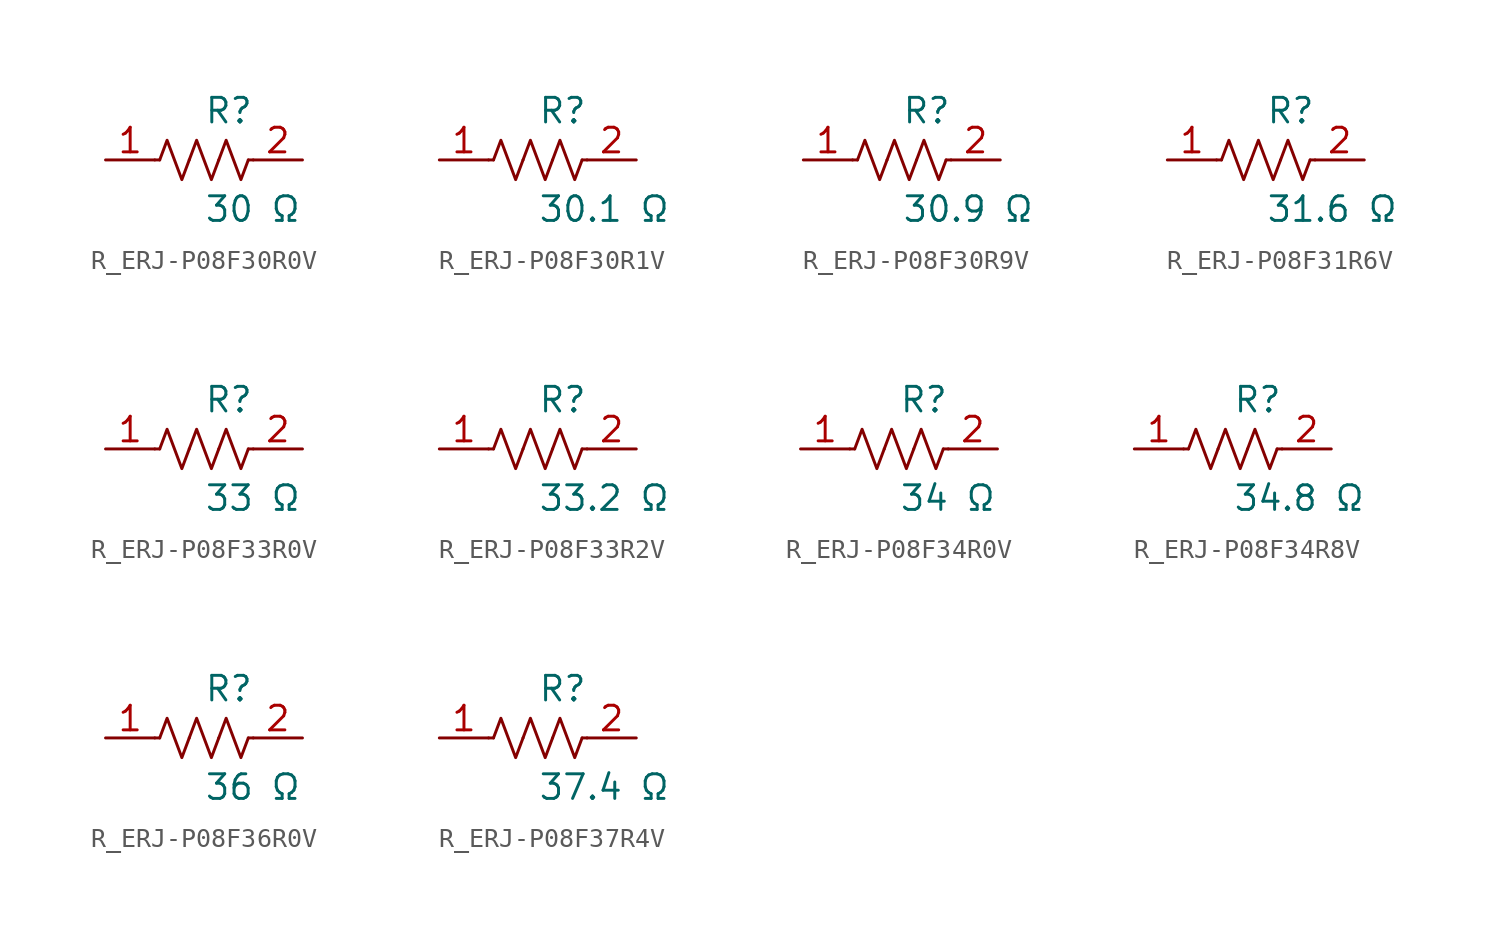
<source format=kicad_sym>
(kicad_symbol_lib
  (version 20231120)
  (generator kicad_symbol_editor)
  (generator_version 8.0)
  (symbol "R_ERJ-P08F30R0V"
    (pin_names
      (offset 0.254))
    (property "Reference" "R"
      (at 0.0 2.54 0)
      (effects (font (size 1.27 1.27)) (justify left)))
    (property "Value" "30 Ω"
      (at 0.0 -2.54 0)
      (effects (font (size 1.27 1.27)) (justify left)))
    (symbol "R_ERJ-P08F30R0V_0_1"
      (polyline (pts (xy 2.286 0) (xy 2.54 0)) (stroke (width 0) (type default)) (fill (type none)))
      (polyline (pts (xy -2.286 0) (xy -2.54 0)) (stroke (width 0) (type default)) (fill (type none)))
      (polyline (pts (xy 0.762 0) (xy 1.143 1.016) (xy 1.524 0) (xy 1.905 -1.016) (xy 2.286 0)) (stroke (width 0) (type default)) (fill (type none)))
      (polyline (pts (xy -0.762 0) (xy -0.381 1.016) (xy 0 0) (xy 0.381 -1.016) (xy 0.762 0)) (stroke (width 0) (type default)) (fill (type none)))
      (polyline (pts (xy -2.286 0) (xy -1.905 1.016) (xy -1.524 0) (xy -1.143 -1.016) (xy -0.762 0)) (stroke (width 0) (type default)) (fill (type none))))
    (pin unspecified line
      (at -5.08 0 0)
      (length 2.54)
      (name "" (effects (font (size 1.27 1.27))))
      (number "1" (effects (font (size 1.27 1.27)))))
    (pin unspecified line
      (at 5.08 0 180)
      (length 2.54)
      (name "" (effects (font (size 1.27 1.27))))
      (number "2" (effects (font (size 1.27 1.27))))))
  (symbol "R_ERJ-P08F30R1V"
    (pin_names
      (offset 0.254))
    (property "Reference" "R"
      (at 0.0 2.54 0)
      (effects (font (size 1.27 1.27)) (justify left)))
    (property "Value" "30.1 Ω"
      (at 0.0 -2.54 0)
      (effects (font (size 1.27 1.27)) (justify left)))
    (symbol "R_ERJ-P08F30R1V_0_1"
      (polyline (pts (xy 2.286 0) (xy 2.54 0)) (stroke (width 0) (type default)) (fill (type none)))
      (polyline (pts (xy -2.286 0) (xy -2.54 0)) (stroke (width 0) (type default)) (fill (type none)))
      (polyline (pts (xy 0.762 0) (xy 1.143 1.016) (xy 1.524 0) (xy 1.905 -1.016) (xy 2.286 0)) (stroke (width 0) (type default)) (fill (type none)))
      (polyline (pts (xy -0.762 0) (xy -0.381 1.016) (xy 0 0) (xy 0.381 -1.016) (xy 0.762 0)) (stroke (width 0) (type default)) (fill (type none)))
      (polyline (pts (xy -2.286 0) (xy -1.905 1.016) (xy -1.524 0) (xy -1.143 -1.016) (xy -0.762 0)) (stroke (width 0) (type default)) (fill (type none))))
    (pin unspecified line
      (at -5.08 0 0)
      (length 2.54)
      (name "" (effects (font (size 1.27 1.27))))
      (number "1" (effects (font (size 1.27 1.27)))))
    (pin unspecified line
      (at 5.08 0 180)
      (length 2.54)
      (name "" (effects (font (size 1.27 1.27))))
      (number "2" (effects (font (size 1.27 1.27))))))
  (symbol "R_ERJ-P08F30R9V"
    (pin_names
      (offset 0.254))
    (property "Reference" "R"
      (at 0.0 2.54 0)
      (effects (font (size 1.27 1.27)) (justify left)))
    (property "Value" "30.9 Ω"
      (at 0.0 -2.54 0)
      (effects (font (size 1.27 1.27)) (justify left)))
    (symbol "R_ERJ-P08F30R9V_0_1"
      (polyline (pts (xy 2.286 0) (xy 2.54 0)) (stroke (width 0) (type default)) (fill (type none)))
      (polyline (pts (xy -2.286 0) (xy -2.54 0)) (stroke (width 0) (type default)) (fill (type none)))
      (polyline (pts (xy 0.762 0) (xy 1.143 1.016) (xy 1.524 0) (xy 1.905 -1.016) (xy 2.286 0)) (stroke (width 0) (type default)) (fill (type none)))
      (polyline (pts (xy -0.762 0) (xy -0.381 1.016) (xy 0 0) (xy 0.381 -1.016) (xy 0.762 0)) (stroke (width 0) (type default)) (fill (type none)))
      (polyline (pts (xy -2.286 0) (xy -1.905 1.016) (xy -1.524 0) (xy -1.143 -1.016) (xy -0.762 0)) (stroke (width 0) (type default)) (fill (type none))))
    (pin unspecified line
      (at -5.08 0 0)
      (length 2.54)
      (name "" (effects (font (size 1.27 1.27))))
      (number "1" (effects (font (size 1.27 1.27)))))
    (pin unspecified line
      (at 5.08 0 180)
      (length 2.54)
      (name "" (effects (font (size 1.27 1.27))))
      (number "2" (effects (font (size 1.27 1.27))))))
  (symbol "R_ERJ-P08F31R6V"
    (pin_names
      (offset 0.254))
    (property "Reference" "R"
      (at 0.0 2.54 0)
      (effects (font (size 1.27 1.27)) (justify left)))
    (property "Value" "31.6 Ω"
      (at 0.0 -2.54 0)
      (effects (font (size 1.27 1.27)) (justify left)))
    (symbol "R_ERJ-P08F31R6V_0_1"
      (polyline (pts (xy 2.286 0) (xy 2.54 0)) (stroke (width 0) (type default)) (fill (type none)))
      (polyline (pts (xy -2.286 0) (xy -2.54 0)) (stroke (width 0) (type default)) (fill (type none)))
      (polyline (pts (xy 0.762 0) (xy 1.143 1.016) (xy 1.524 0) (xy 1.905 -1.016) (xy 2.286 0)) (stroke (width 0) (type default)) (fill (type none)))
      (polyline (pts (xy -0.762 0) (xy -0.381 1.016) (xy 0 0) (xy 0.381 -1.016) (xy 0.762 0)) (stroke (width 0) (type default)) (fill (type none)))
      (polyline (pts (xy -2.286 0) (xy -1.905 1.016) (xy -1.524 0) (xy -1.143 -1.016) (xy -0.762 0)) (stroke (width 0) (type default)) (fill (type none))))
    (pin unspecified line
      (at -5.08 0 0)
      (length 2.54)
      (name "" (effects (font (size 1.27 1.27))))
      (number "1" (effects (font (size 1.27 1.27)))))
    (pin unspecified line
      (at 5.08 0 180)
      (length 2.54)
      (name "" (effects (font (size 1.27 1.27))))
      (number "2" (effects (font (size 1.27 1.27))))))
  (symbol "R_ERJ-P08F33R0V"
    (pin_names
      (offset 0.254))
    (property "Reference" "R"
      (at 0.0 2.54 0)
      (effects (font (size 1.27 1.27)) (justify left)))
    (property "Value" "33 Ω"
      (at 0.0 -2.54 0)
      (effects (font (size 1.27 1.27)) (justify left)))
    (symbol "R_ERJ-P08F33R0V_0_1"
      (polyline (pts (xy 2.286 0) (xy 2.54 0)) (stroke (width 0) (type default)) (fill (type none)))
      (polyline (pts (xy -2.286 0) (xy -2.54 0)) (stroke (width 0) (type default)) (fill (type none)))
      (polyline (pts (xy 0.762 0) (xy 1.143 1.016) (xy 1.524 0) (xy 1.905 -1.016) (xy 2.286 0)) (stroke (width 0) (type default)) (fill (type none)))
      (polyline (pts (xy -0.762 0) (xy -0.381 1.016) (xy 0 0) (xy 0.381 -1.016) (xy 0.762 0)) (stroke (width 0) (type default)) (fill (type none)))
      (polyline (pts (xy -2.286 0) (xy -1.905 1.016) (xy -1.524 0) (xy -1.143 -1.016) (xy -0.762 0)) (stroke (width 0) (type default)) (fill (type none))))
    (pin unspecified line
      (at -5.08 0 0)
      (length 2.54)
      (name "" (effects (font (size 1.27 1.27))))
      (number "1" (effects (font (size 1.27 1.27)))))
    (pin unspecified line
      (at 5.08 0 180)
      (length 2.54)
      (name "" (effects (font (size 1.27 1.27))))
      (number "2" (effects (font (size 1.27 1.27))))))
  (symbol "R_ERJ-P08F33R2V"
    (pin_names
      (offset 0.254))
    (property "Reference" "R"
      (at 0.0 2.54 0)
      (effects (font (size 1.27 1.27)) (justify left)))
    (property "Value" "33.2 Ω"
      (at 0.0 -2.54 0)
      (effects (font (size 1.27 1.27)) (justify left)))
    (symbol "R_ERJ-P08F33R2V_0_1"
      (polyline (pts (xy 2.286 0) (xy 2.54 0)) (stroke (width 0) (type default)) (fill (type none)))
      (polyline (pts (xy -2.286 0) (xy -2.54 0)) (stroke (width 0) (type default)) (fill (type none)))
      (polyline (pts (xy 0.762 0) (xy 1.143 1.016) (xy 1.524 0) (xy 1.905 -1.016) (xy 2.286 0)) (stroke (width 0) (type default)) (fill (type none)))
      (polyline (pts (xy -0.762 0) (xy -0.381 1.016) (xy 0 0) (xy 0.381 -1.016) (xy 0.762 0)) (stroke (width 0) (type default)) (fill (type none)))
      (polyline (pts (xy -2.286 0) (xy -1.905 1.016) (xy -1.524 0) (xy -1.143 -1.016) (xy -0.762 0)) (stroke (width 0) (type default)) (fill (type none))))
    (pin unspecified line
      (at -5.08 0 0)
      (length 2.54)
      (name "" (effects (font (size 1.27 1.27))))
      (number "1" (effects (font (size 1.27 1.27)))))
    (pin unspecified line
      (at 5.08 0 180)
      (length 2.54)
      (name "" (effects (font (size 1.27 1.27))))
      (number "2" (effects (font (size 1.27 1.27))))))
  (symbol "R_ERJ-P08F34R0V"
    (pin_names
      (offset 0.254))
    (property "Reference" "R"
      (at 0.0 2.54 0)
      (effects (font (size 1.27 1.27)) (justify left)))
    (property "Value" "34 Ω"
      (at 0.0 -2.54 0)
      (effects (font (size 1.27 1.27)) (justify left)))
    (symbol "R_ERJ-P08F34R0V_0_1"
      (polyline (pts (xy 2.286 0) (xy 2.54 0)) (stroke (width 0) (type default)) (fill (type none)))
      (polyline (pts (xy -2.286 0) (xy -2.54 0)) (stroke (width 0) (type default)) (fill (type none)))
      (polyline (pts (xy 0.762 0) (xy 1.143 1.016) (xy 1.524 0) (xy 1.905 -1.016) (xy 2.286 0)) (stroke (width 0) (type default)) (fill (type none)))
      (polyline (pts (xy -0.762 0) (xy -0.381 1.016) (xy 0 0) (xy 0.381 -1.016) (xy 0.762 0)) (stroke (width 0) (type default)) (fill (type none)))
      (polyline (pts (xy -2.286 0) (xy -1.905 1.016) (xy -1.524 0) (xy -1.143 -1.016) (xy -0.762 0)) (stroke (width 0) (type default)) (fill (type none))))
    (pin unspecified line
      (at -5.08 0 0)
      (length 2.54)
      (name "" (effects (font (size 1.27 1.27))))
      (number "1" (effects (font (size 1.27 1.27)))))
    (pin unspecified line
      (at 5.08 0 180)
      (length 2.54)
      (name "" (effects (font (size 1.27 1.27))))
      (number "2" (effects (font (size 1.27 1.27))))))
  (symbol "R_ERJ-P08F34R8V"
    (pin_names
      (offset 0.254))
    (property "Reference" "R"
      (at 0.0 2.54 0)
      (effects (font (size 1.27 1.27)) (justify left)))
    (property "Value" "34.8 Ω"
      (at 0.0 -2.54 0)
      (effects (font (size 1.27 1.27)) (justify left)))
    (symbol "R_ERJ-P08F34R8V_0_1"
      (polyline (pts (xy 2.286 0) (xy 2.54 0)) (stroke (width 0) (type default)) (fill (type none)))
      (polyline (pts (xy -2.286 0) (xy -2.54 0)) (stroke (width 0) (type default)) (fill (type none)))
      (polyline (pts (xy 0.762 0) (xy 1.143 1.016) (xy 1.524 0) (xy 1.905 -1.016) (xy 2.286 0)) (stroke (width 0) (type default)) (fill (type none)))
      (polyline (pts (xy -0.762 0) (xy -0.381 1.016) (xy 0 0) (xy 0.381 -1.016) (xy 0.762 0)) (stroke (width 0) (type default)) (fill (type none)))
      (polyline (pts (xy -2.286 0) (xy -1.905 1.016) (xy -1.524 0) (xy -1.143 -1.016) (xy -0.762 0)) (stroke (width 0) (type default)) (fill (type none))))
    (pin unspecified line
      (at -5.08 0 0)
      (length 2.54)
      (name "" (effects (font (size 1.27 1.27))))
      (number "1" (effects (font (size 1.27 1.27)))))
    (pin unspecified line
      (at 5.08 0 180)
      (length 2.54)
      (name "" (effects (font (size 1.27 1.27))))
      (number "2" (effects (font (size 1.27 1.27))))))
  (symbol "R_ERJ-P08F36R0V"
    (pin_names
      (offset 0.254))
    (property "Reference" "R"
      (at 0.0 2.54 0)
      (effects (font (size 1.27 1.27)) (justify left)))
    (property "Value" "36 Ω"
      (at 0.0 -2.54 0)
      (effects (font (size 1.27 1.27)) (justify left)))
    (symbol "R_ERJ-P08F36R0V_0_1"
      (polyline (pts (xy 2.286 0) (xy 2.54 0)) (stroke (width 0) (type default)) (fill (type none)))
      (polyline (pts (xy -2.286 0) (xy -2.54 0)) (stroke (width 0) (type default)) (fill (type none)))
      (polyline (pts (xy 0.762 0) (xy 1.143 1.016) (xy 1.524 0) (xy 1.905 -1.016) (xy 2.286 0)) (stroke (width 0) (type default)) (fill (type none)))
      (polyline (pts (xy -0.762 0) (xy -0.381 1.016) (xy 0 0) (xy 0.381 -1.016) (xy 0.762 0)) (stroke (width 0) (type default)) (fill (type none)))
      (polyline (pts (xy -2.286 0) (xy -1.905 1.016) (xy -1.524 0) (xy -1.143 -1.016) (xy -0.762 0)) (stroke (width 0) (type default)) (fill (type none))))
    (pin unspecified line
      (at -5.08 0 0)
      (length 2.54)
      (name "" (effects (font (size 1.27 1.27))))
      (number "1" (effects (font (size 1.27 1.27)))))
    (pin unspecified line
      (at 5.08 0 180)
      (length 2.54)
      (name "" (effects (font (size 1.27 1.27))))
      (number "2" (effects (font (size 1.27 1.27))))))
  (symbol "R_ERJ-P08F37R4V"
    (pin_names
      (offset 0.254))
    (property "Reference" "R"
      (at 0.0 2.54 0)
      (effects (font (size 1.27 1.27)) (justify left)))
    (property "Value" "37.4 Ω"
      (at 0.0 -2.54 0)
      (effects (font (size 1.27 1.27)) (justify left)))
    (symbol "R_ERJ-P08F37R4V_0_1"
      (polyline (pts (xy 2.286 0) (xy 2.54 0)) (stroke (width 0) (type default)) (fill (type none)))
      (polyline (pts (xy -2.286 0) (xy -2.54 0)) (stroke (width 0) (type default)) (fill (type none)))
      (polyline (pts (xy 0.762 0) (xy 1.143 1.016) (xy 1.524 0) (xy 1.905 -1.016) (xy 2.286 0)) (stroke (width 0) (type default)) (fill (type none)))
      (polyline (pts (xy -0.762 0) (xy -0.381 1.016) (xy 0 0) (xy 0.381 -1.016) (xy 0.762 0)) (stroke (width 0) (type default)) (fill (type none)))
      (polyline (pts (xy -2.286 0) (xy -1.905 1.016) (xy -1.524 0) (xy -1.143 -1.016) (xy -0.762 0)) (stroke (width 0) (type default)) (fill (type none))))
    (pin unspecified line
      (at -5.08 0 0)
      (length 2.54)
      (name "" (effects (font (size 1.27 1.27))))
      (number "1" (effects (font (size 1.27 1.27)))))
    (pin unspecified line
      (at 5.08 0 180)
      (length 2.54)
      (name "" (effects (font (size 1.27 1.27))))
      (number "2" (effects (font (size 1.27 1.27)))))))
</source>
